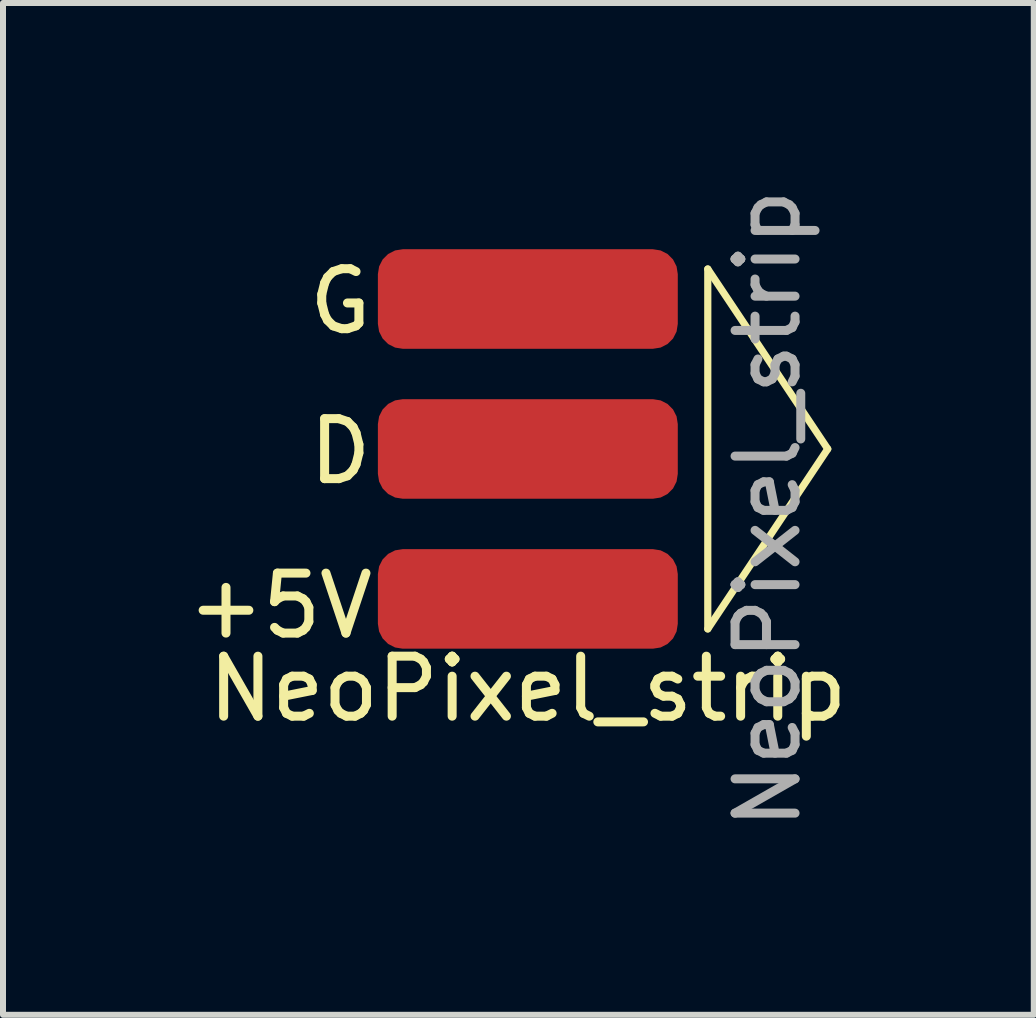
<source format=kicad_pcb>
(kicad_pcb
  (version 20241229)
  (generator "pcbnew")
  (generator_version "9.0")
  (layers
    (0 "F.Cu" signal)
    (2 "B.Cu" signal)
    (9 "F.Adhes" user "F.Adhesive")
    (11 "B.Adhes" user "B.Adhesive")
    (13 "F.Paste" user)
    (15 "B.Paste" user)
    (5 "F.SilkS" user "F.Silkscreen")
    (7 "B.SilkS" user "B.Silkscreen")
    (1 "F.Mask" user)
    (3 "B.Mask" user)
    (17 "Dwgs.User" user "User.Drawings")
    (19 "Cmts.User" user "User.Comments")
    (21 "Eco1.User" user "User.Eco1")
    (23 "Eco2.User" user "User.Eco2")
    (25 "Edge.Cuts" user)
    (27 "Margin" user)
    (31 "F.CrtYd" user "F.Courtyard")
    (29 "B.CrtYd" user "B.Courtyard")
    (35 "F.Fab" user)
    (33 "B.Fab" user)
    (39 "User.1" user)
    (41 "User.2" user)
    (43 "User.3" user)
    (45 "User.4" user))
  (footprint "NeoPixel_strip"
    (layer "F.Cu")
    (at 5.75 4.435)
    (property "Reference" "NeoPixel_strip" (at 0 4 0) (unlocked yes) (layer "F.SilkS") (effects (font (size 1 1) (thickness 0.15))))
    (attr smd)
    (fp_line (start 3 -3) (end 5 0) (stroke (width 0.12) (type default)) (layer "F.SilkS"))
    (fp_line (start 3 3) (end 3 -3) (stroke (width 0.12) (type default)) (layer "F.SilkS"))
    (fp_line (start 5 0) (end 3 3) (stroke (width 0.12) (type default)) (layer "F.SilkS"))
    (fp_text user "D" (at -3.725 0.625 0) (unlocked yes) (layer "F.SilkS") (effects (font (size 1 1) (thickness 0.15)) (justify left bottom)))
    (fp_text user "G" (at -3.725 -1.875 0) (unlocked yes) (layer "F.SilkS") (effects (font (size 1 1) (thickness 0.15)) (justify left bottom)))
    (fp_text user "+5V" (at -5.75 3.2 0) (unlocked yes) (layer "F.SilkS") (effects (font (size 1 1) (thickness 0.15)) (justify left bottom)))
    (fp_text user "${REFERENCE}" (at 4 1 90) (unlocked yes) (layer "F.Fab") (effects (font (size 1 1) (thickness 0.15))))
    (pad "1" smd roundrect (at 0 2.5) (size 5 1.66) (layers "F.Cu" "F.Mask" "F.Paste") (roundrect_rratio 0.25))
    (pad "2" smd roundrect (at 0 0) (size 5 1.66) (layers "F.Cu" "F.Mask" "F.Paste") (roundrect_rratio 0.25))
    (pad "3" smd roundrect (at 0 -2.5) (size 5 1.66) (layers "F.Cu" "F.Mask" "F.Paste") (roundrect_rratio 0.25)))
  (gr_rect
    (start -3 -3)
    (end 14.185 13.869)
    (stroke (width 0.1) (type default))
    (fill no)
    (layer "Edge.Cuts")))
</source>
